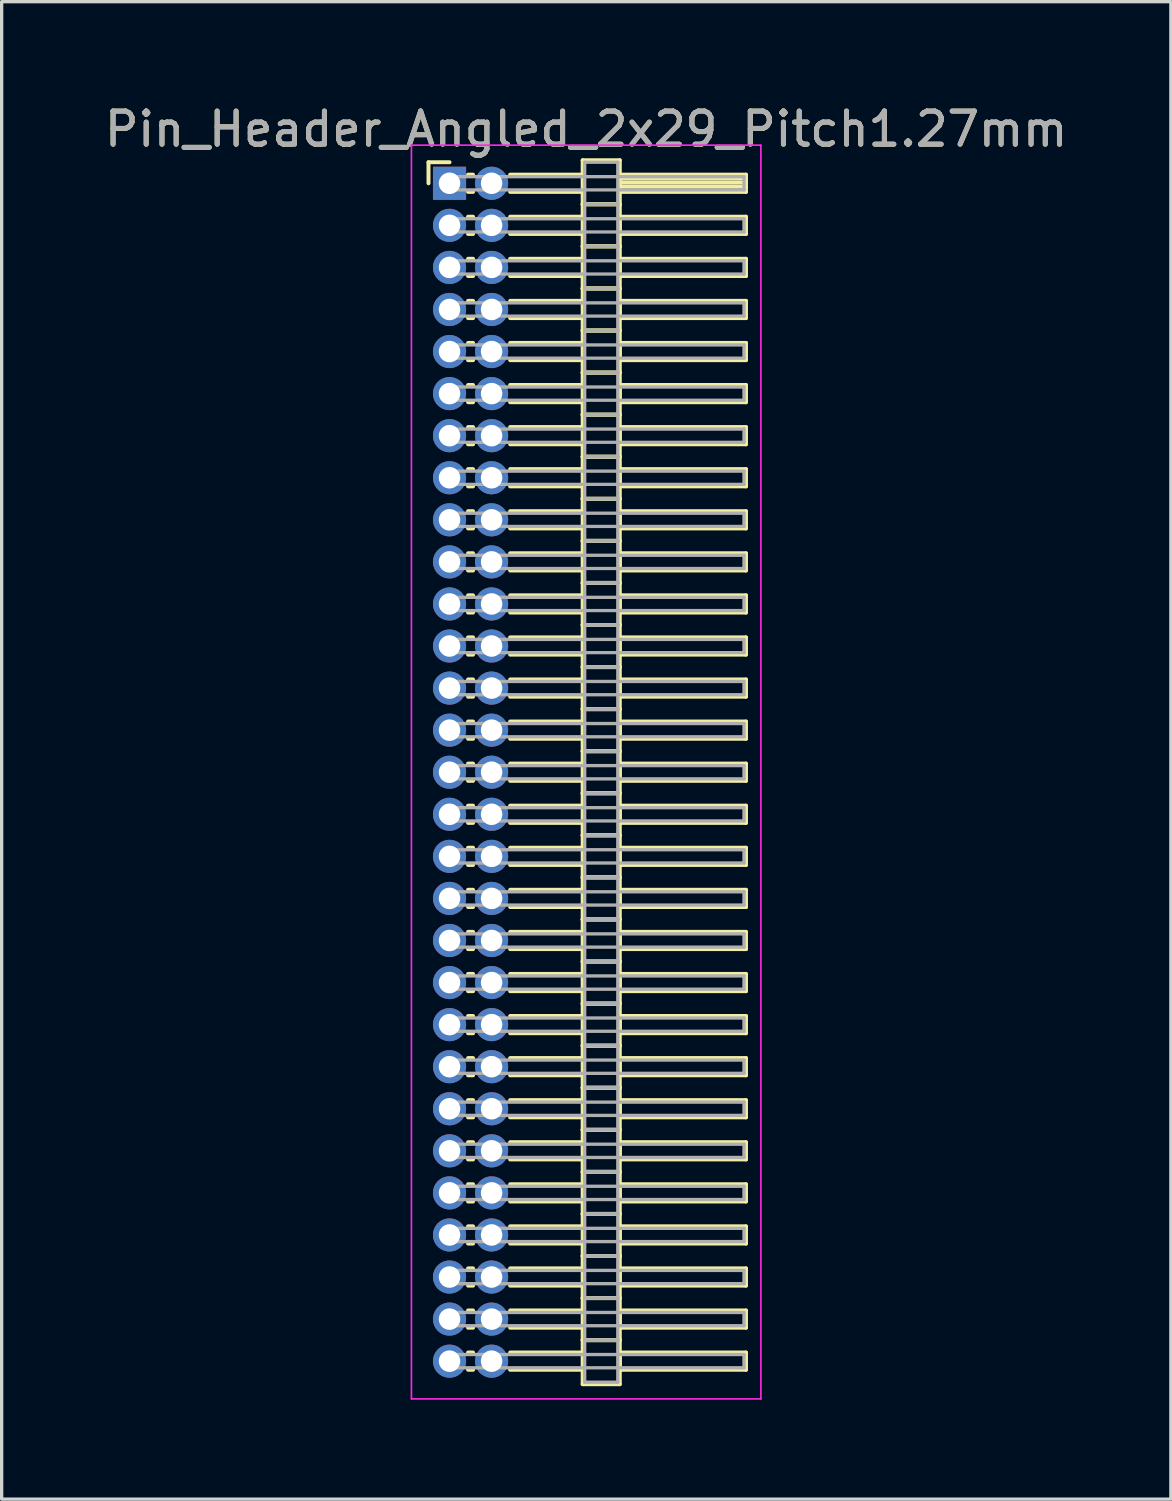
<source format=kicad_pcb>
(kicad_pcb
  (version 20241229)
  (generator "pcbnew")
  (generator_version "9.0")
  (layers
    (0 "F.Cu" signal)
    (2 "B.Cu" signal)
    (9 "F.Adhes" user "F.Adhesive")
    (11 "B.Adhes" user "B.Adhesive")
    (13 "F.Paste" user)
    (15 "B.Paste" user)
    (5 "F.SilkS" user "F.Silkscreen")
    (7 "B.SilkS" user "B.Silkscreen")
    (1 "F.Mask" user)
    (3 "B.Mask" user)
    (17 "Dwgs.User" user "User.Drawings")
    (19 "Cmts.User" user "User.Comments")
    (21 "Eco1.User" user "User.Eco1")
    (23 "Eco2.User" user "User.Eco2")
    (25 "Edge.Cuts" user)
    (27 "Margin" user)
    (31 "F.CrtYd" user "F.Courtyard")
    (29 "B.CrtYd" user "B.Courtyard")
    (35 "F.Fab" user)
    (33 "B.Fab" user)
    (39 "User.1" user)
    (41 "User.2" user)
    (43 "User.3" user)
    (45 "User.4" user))
  (footprint "Pin_Header_Angled_2x29_Pitch1.27mm"
    (layer "F.Cu")
    (at 10.521 2.483)
    (property "Reference" "Pin_Header_Angled_2x29_Pitch1.27mm" (at 4.128 -1.635 0) (layer "F.SilkS") (effects (font (size 1 1) (thickness 0.15))))
    (attr through_hole)
    (fp_line (start -0.635 -0.635) (end 0 -0.635) (stroke (width 0.12) (type solid)) (layer "F.SilkS"))
    (fp_line (start -0.635 0) (end -0.635 -0.635) (stroke (width 0.12) (type solid)) (layer "F.SilkS"))
    (fp_line (start 0.56 -0.26) (end 0.71 -0.26) (stroke (width 0.12) (type solid)) (layer "F.SilkS"))
    (fp_line (start 0.56 0.26) (end 0.71 0.26) (stroke (width 0.12) (type solid)) (layer "F.SilkS"))
    (fp_line (start 0.56 1.01) (end 0.71 1.01) (stroke (width 0.12) (type solid)) (layer "F.SilkS"))
    (fp_line (start 0.56 1.53) (end 0.71 1.53) (stroke (width 0.12) (type solid)) (layer "F.SilkS"))
    (fp_line (start 0.56 2.28) (end 0.71 2.28) (stroke (width 0.12) (type solid)) (layer "F.SilkS"))
    (fp_line (start 0.56 2.8) (end 0.71 2.8) (stroke (width 0.12) (type solid)) (layer "F.SilkS"))
    (fp_line (start 0.56 3.55) (end 0.71 3.55) (stroke (width 0.12) (type solid)) (layer "F.SilkS"))
    (fp_line (start 0.56 4.07) (end 0.71 4.07) (stroke (width 0.12) (type solid)) (layer "F.SilkS"))
    (fp_line (start 0.56 4.82) (end 0.71 4.82) (stroke (width 0.12) (type solid)) (layer "F.SilkS"))
    (fp_line (start 0.56 5.34) (end 0.71 5.34) (stroke (width 0.12) (type solid)) (layer "F.SilkS"))
    (fp_line (start 0.56 6.09) (end 0.71 6.09) (stroke (width 0.12) (type solid)) (layer "F.SilkS"))
    (fp_line (start 0.56 6.61) (end 0.71 6.61) (stroke (width 0.12) (type solid)) (layer "F.SilkS"))
    (fp_line (start 0.56 7.36) (end 0.71 7.36) (stroke (width 0.12) (type solid)) (layer "F.SilkS"))
    (fp_line (start 0.56 7.88) (end 0.71 7.88) (stroke (width 0.12) (type solid)) (layer "F.SilkS"))
    (fp_line (start 0.56 8.63) (end 0.71 8.63) (stroke (width 0.12) (type solid)) (layer "F.SilkS"))
    (fp_line (start 0.56 9.15) (end 0.71 9.15) (stroke (width 0.12) (type solid)) (layer "F.SilkS"))
    (fp_line (start 0.56 9.9) (end 0.71 9.9) (stroke (width 0.12) (type solid)) (layer "F.SilkS"))
    (fp_line (start 0.56 10.42) (end 0.71 10.42) (stroke (width 0.12) (type solid)) (layer "F.SilkS"))
    (fp_line (start 0.56 11.17) (end 0.71 11.17) (stroke (width 0.12) (type solid)) (layer "F.SilkS"))
    (fp_line (start 0.56 11.69) (end 0.71 11.69) (stroke (width 0.12) (type solid)) (layer "F.SilkS"))
    (fp_line (start 0.56 12.44) (end 0.71 12.44) (stroke (width 0.12) (type solid)) (layer "F.SilkS"))
    (fp_line (start 0.56 12.96) (end 0.71 12.96) (stroke (width 0.12) (type solid)) (layer "F.SilkS"))
    (fp_line (start 0.56 13.71) (end 0.71 13.71) (stroke (width 0.12) (type solid)) (layer "F.SilkS"))
    (fp_line (start 0.56 14.23) (end 0.71 14.23) (stroke (width 0.12) (type solid)) (layer "F.SilkS"))
    (fp_line (start 0.56 14.98) (end 0.71 14.98) (stroke (width 0.12) (type solid)) (layer "F.SilkS"))
    (fp_line (start 0.56 15.5) (end 0.71 15.5) (stroke (width 0.12) (type solid)) (layer "F.SilkS"))
    (fp_line (start 0.56 16.25) (end 0.71 16.25) (stroke (width 0.12) (type solid)) (layer "F.SilkS"))
    (fp_line (start 0.56 16.77) (end 0.71 16.77) (stroke (width 0.12) (type solid)) (layer "F.SilkS"))
    (fp_line (start 0.56 17.52) (end 0.71 17.52) (stroke (width 0.12) (type solid)) (layer "F.SilkS"))
    (fp_line (start 0.56 18.04) (end 0.71 18.04) (stroke (width 0.12) (type solid)) (layer "F.SilkS"))
    (fp_line (start 0.56 18.79) (end 0.71 18.79) (stroke (width 0.12) (type solid)) (layer "F.SilkS"))
    (fp_line (start 0.56 19.31) (end 0.71 19.31) (stroke (width 0.12) (type solid)) (layer "F.SilkS"))
    (fp_line (start 0.56 20.06) (end 0.71 20.06) (stroke (width 0.12) (type solid)) (layer "F.SilkS"))
    (fp_line (start 0.56 20.58) (end 0.71 20.58) (stroke (width 0.12) (type solid)) (layer "F.SilkS"))
    (fp_line (start 0.56 21.33) (end 0.71 21.33) (stroke (width 0.12) (type solid)) (layer "F.SilkS"))
    (fp_line (start 0.56 21.85) (end 0.71 21.85) (stroke (width 0.12) (type solid)) (layer "F.SilkS"))
    (fp_line (start 0.56 22.6) (end 0.71 22.6) (stroke (width 0.12) (type solid)) (layer "F.SilkS"))
    (fp_line (start 0.56 23.12) (end 0.71 23.12) (stroke (width 0.12) (type solid)) (layer "F.SilkS"))
    (fp_line (start 0.56 23.87) (end 0.71 23.87) (stroke (width 0.12) (type solid)) (layer "F.SilkS"))
    (fp_line (start 0.56 24.39) (end 0.71 24.39) (stroke (width 0.12) (type solid)) (layer "F.SilkS"))
    (fp_line (start 0.56 25.14) (end 0.71 25.14) (stroke (width 0.12) (type solid)) (layer "F.SilkS"))
    (fp_line (start 0.56 25.66) (end 0.71 25.66) (stroke (width 0.12) (type solid)) (layer "F.SilkS"))
    (fp_line (start 0.56 26.41) (end 0.71 26.41) (stroke (width 0.12) (type solid)) (layer "F.SilkS"))
    (fp_line (start 0.56 26.93) (end 0.71 26.93) (stroke (width 0.12) (type solid)) (layer "F.SilkS"))
    (fp_line (start 0.56 27.68) (end 0.71 27.68) (stroke (width 0.12) (type solid)) (layer "F.SilkS"))
    (fp_line (start 0.56 28.2) (end 0.71 28.2) (stroke (width 0.12) (type solid)) (layer "F.SilkS"))
    (fp_line (start 0.56 28.95) (end 0.71 28.95) (stroke (width 0.12) (type solid)) (layer "F.SilkS"))
    (fp_line (start 0.56 29.47) (end 0.71 29.47) (stroke (width 0.12) (type solid)) (layer "F.SilkS"))
    (fp_line (start 0.56 30.22) (end 0.71 30.22) (stroke (width 0.12) (type solid)) (layer "F.SilkS"))
    (fp_line (start 0.56 30.74) (end 0.71 30.74) (stroke (width 0.12) (type solid)) (layer "F.SilkS"))
    (fp_line (start 0.56 31.49) (end 0.71 31.49) (stroke (width 0.12) (type solid)) (layer "F.SilkS"))
    (fp_line (start 0.56 32.01) (end 0.71 32.01) (stroke (width 0.12) (type solid)) (layer "F.SilkS"))
    (fp_line (start 0.56 32.76) (end 0.71 32.76) (stroke (width 0.12) (type solid)) (layer "F.SilkS"))
    (fp_line (start 0.56 33.28) (end 0.71 33.28) (stroke (width 0.12) (type solid)) (layer "F.SilkS"))
    (fp_line (start 0.56 34.03) (end 0.71 34.03) (stroke (width 0.12) (type solid)) (layer "F.SilkS"))
    (fp_line (start 0.56 34.55) (end 0.71 34.55) (stroke (width 0.12) (type solid)) (layer "F.SilkS"))
    (fp_line (start 0.56 35.3) (end 0.71 35.3) (stroke (width 0.12) (type solid)) (layer "F.SilkS"))
    (fp_line (start 0.56 35.82) (end 0.71 35.82) (stroke (width 0.12) (type solid)) (layer "F.SilkS"))
    (fp_line (start 1.83 -0.26) (end 4.02 -0.26) (stroke (width 0.12) (type solid)) (layer "F.SilkS"))
    (fp_line (start 1.83 0.26) (end 4.02 0.26) (stroke (width 0.12) (type solid)) (layer "F.SilkS"))
    (fp_line (start 1.83 1.01) (end 4.02 1.01) (stroke (width 0.12) (type solid)) (layer "F.SilkS"))
    (fp_line (start 1.83 1.53) (end 4.02 1.53) (stroke (width 0.12) (type solid)) (layer "F.SilkS"))
    (fp_line (start 1.83 2.28) (end 4.02 2.28) (stroke (width 0.12) (type solid)) (layer "F.SilkS"))
    (fp_line (start 1.83 2.8) (end 4.02 2.8) (stroke (width 0.12) (type solid)) (layer "F.SilkS"))
    (fp_line (start 1.83 3.55) (end 4.02 3.55) (stroke (width 0.12) (type solid)) (layer "F.SilkS"))
    (fp_line (start 1.83 4.07) (end 4.02 4.07) (stroke (width 0.12) (type solid)) (layer "F.SilkS"))
    (fp_line (start 1.83 4.82) (end 4.02 4.82) (stroke (width 0.12) (type solid)) (layer "F.SilkS"))
    (fp_line (start 1.83 5.34) (end 4.02 5.34) (stroke (width 0.12) (type solid)) (layer "F.SilkS"))
    (fp_line (start 1.83 6.09) (end 4.02 6.09) (stroke (width 0.12) (type solid)) (layer "F.SilkS"))
    (fp_line (start 1.83 6.61) (end 4.02 6.61) (stroke (width 0.12) (type solid)) (layer "F.SilkS"))
    (fp_line (start 1.83 7.36) (end 4.02 7.36) (stroke (width 0.12) (type solid)) (layer "F.SilkS"))
    (fp_line (start 1.83 7.88) (end 4.02 7.88) (stroke (width 0.12) (type solid)) (layer "F.SilkS"))
    (fp_line (start 1.83 8.63) (end 4.02 8.63) (stroke (width 0.12) (type solid)) (layer "F.SilkS"))
    (fp_line (start 1.83 9.15) (end 4.02 9.15) (stroke (width 0.12) (type solid)) (layer "F.SilkS"))
    (fp_line (start 1.83 9.9) (end 4.02 9.9) (stroke (width 0.12) (type solid)) (layer "F.SilkS"))
    (fp_line (start 1.83 10.42) (end 4.02 10.42) (stroke (width 0.12) (type solid)) (layer "F.SilkS"))
    (fp_line (start 1.83 11.17) (end 4.02 11.17) (stroke (width 0.12) (type solid)) (layer "F.SilkS"))
    (fp_line (start 1.83 11.69) (end 4.02 11.69) (stroke (width 0.12) (type solid)) (layer "F.SilkS"))
    (fp_line (start 1.83 12.44) (end 4.02 12.44) (stroke (width 0.12) (type solid)) (layer "F.SilkS"))
    (fp_line (start 1.83 12.96) (end 4.02 12.96) (stroke (width 0.12) (type solid)) (layer "F.SilkS"))
    (fp_line (start 1.83 13.71) (end 4.02 13.71) (stroke (width 0.12) (type solid)) (layer "F.SilkS"))
    (fp_line (start 1.83 14.23) (end 4.02 14.23) (stroke (width 0.12) (type solid)) (layer "F.SilkS"))
    (fp_line (start 1.83 14.98) (end 4.02 14.98) (stroke (width 0.12) (type solid)) (layer "F.SilkS"))
    (fp_line (start 1.83 15.5) (end 4.02 15.5) (stroke (width 0.12) (type solid)) (layer "F.SilkS"))
    (fp_line (start 1.83 16.25) (end 4.02 16.25) (stroke (width 0.12) (type solid)) (layer "F.SilkS"))
    (fp_line (start 1.83 16.77) (end 4.02 16.77) (stroke (width 0.12) (type solid)) (layer "F.SilkS"))
    (fp_line (start 1.83 17.52) (end 4.02 17.52) (stroke (width 0.12) (type solid)) (layer "F.SilkS"))
    (fp_line (start 1.83 18.04) (end 4.02 18.04) (stroke (width 0.12) (type solid)) (layer "F.SilkS"))
    (fp_line (start 1.83 18.79) (end 4.02 18.79) (stroke (width 0.12) (type solid)) (layer "F.SilkS"))
    (fp_line (start 1.83 19.31) (end 4.02 19.31) (stroke (width 0.12) (type solid)) (layer "F.SilkS"))
    (fp_line (start 1.83 20.06) (end 4.02 20.06) (stroke (width 0.12) (type solid)) (layer "F.SilkS"))
    (fp_line (start 1.83 20.58) (end 4.02 20.58) (stroke (width 0.12) (type solid)) (layer "F.SilkS"))
    (fp_line (start 1.83 21.33) (end 4.02 21.33) (stroke (width 0.12) (type solid)) (layer "F.SilkS"))
    (fp_line (start 1.83 21.85) (end 4.02 21.85) (stroke (width 0.12) (type solid)) (layer "F.SilkS"))
    (fp_line (start 1.83 22.6) (end 4.02 22.6) (stroke (width 0.12) (type solid)) (layer "F.SilkS"))
    (fp_line (start 1.83 23.12) (end 4.02 23.12) (stroke (width 0.12) (type solid)) (layer "F.SilkS"))
    (fp_line (start 1.83 23.87) (end 4.02 23.87) (stroke (width 0.12) (type solid)) (layer "F.SilkS"))
    (fp_line (start 1.83 24.39) (end 4.02 24.39) (stroke (width 0.12) (type solid)) (layer "F.SilkS"))
    (fp_line (start 1.83 25.14) (end 4.02 25.14) (stroke (width 0.12) (type solid)) (layer "F.SilkS"))
    (fp_line (start 1.83 25.66) (end 4.02 25.66) (stroke (width 0.12) (type solid)) (layer "F.SilkS"))
    (fp_line (start 1.83 26.41) (end 4.02 26.41) (stroke (width 0.12) (type solid)) (layer "F.SilkS"))
    (fp_line (start 1.83 26.93) (end 4.02 26.93) (stroke (width 0.12) (type solid)) (layer "F.SilkS"))
    (fp_line (start 1.83 27.68) (end 4.02 27.68) (stroke (width 0.12) (type solid)) (layer "F.SilkS"))
    (fp_line (start 1.83 28.2) (end 4.02 28.2) (stroke (width 0.12) (type solid)) (layer "F.SilkS"))
    (fp_line (start 1.83 28.95) (end 4.02 28.95) (stroke (width 0.12) (type solid)) (layer "F.SilkS"))
    (fp_line (start 1.83 29.47) (end 4.02 29.47) (stroke (width 0.12) (type solid)) (layer "F.SilkS"))
    (fp_line (start 1.83 30.22) (end 4.02 30.22) (stroke (width 0.12) (type solid)) (layer "F.SilkS"))
    (fp_line (start 1.83 30.74) (end 4.02 30.74) (stroke (width 0.12) (type solid)) (layer "F.SilkS"))
    (fp_line (start 1.83 31.49) (end 4.02 31.49) (stroke (width 0.12) (type solid)) (layer "F.SilkS"))
    (fp_line (start 1.83 32.01) (end 4.02 32.01) (stroke (width 0.12) (type solid)) (layer "F.SilkS"))
    (fp_line (start 1.83 32.76) (end 4.02 32.76) (stroke (width 0.12) (type solid)) (layer "F.SilkS"))
    (fp_line (start 1.83 33.28) (end 4.02 33.28) (stroke (width 0.12) (type solid)) (layer "F.SilkS"))
    (fp_line (start 1.83 34.03) (end 4.02 34.03) (stroke (width 0.12) (type solid)) (layer "F.SilkS"))
    (fp_line (start 1.83 34.55) (end 4.02 34.55) (stroke (width 0.12) (type solid)) (layer "F.SilkS"))
    (fp_line (start 1.83 35.3) (end 4.02 35.3) (stroke (width 0.12) (type solid)) (layer "F.SilkS"))
    (fp_line (start 1.83 35.82) (end 4.02 35.82) (stroke (width 0.12) (type solid)) (layer "F.SilkS"))
    (fp_line (start 4.02 -0.695) (end 4.02 0.635) (stroke (width 0.12) (type solid)) (layer "F.SilkS"))
    (fp_line (start 4.02 0.635) (end 4.02 1.905) (stroke (width 0.12) (type solid)) (layer "F.SilkS"))
    (fp_line (start 4.02 0.635) (end 5.14 0.635) (stroke (width 0.12) (type solid)) (layer "F.SilkS"))
    (fp_line (start 4.02 1.905) (end 4.02 3.175) (stroke (width 0.12) (type solid)) (layer "F.SilkS"))
    (fp_line (start 4.02 1.905) (end 5.14 1.905) (stroke (width 0.12) (type solid)) (layer "F.SilkS"))
    (fp_line (start 4.02 3.175) (end 4.02 4.445) (stroke (width 0.12) (type solid)) (layer "F.SilkS"))
    (fp_line (start 4.02 3.175) (end 5.14 3.175) (stroke (width 0.12) (type solid)) (layer "F.SilkS"))
    (fp_line (start 4.02 4.445) (end 4.02 5.715) (stroke (width 0.12) (type solid)) (layer "F.SilkS"))
    (fp_line (start 4.02 4.445) (end 5.14 4.445) (stroke (width 0.12) (type solid)) (layer "F.SilkS"))
    (fp_line (start 4.02 5.715) (end 4.02 6.985) (stroke (width 0.12) (type solid)) (layer "F.SilkS"))
    (fp_line (start 4.02 5.715) (end 5.14 5.715) (stroke (width 0.12) (type solid)) (layer "F.SilkS"))
    (fp_line (start 4.02 6.985) (end 4.02 8.255) (stroke (width 0.12) (type solid)) (layer "F.SilkS"))
    (fp_line (start 4.02 6.985) (end 5.14 6.985) (stroke (width 0.12) (type solid)) (layer "F.SilkS"))
    (fp_line (start 4.02 8.255) (end 4.02 9.525) (stroke (width 0.12) (type solid)) (layer "F.SilkS"))
    (fp_line (start 4.02 8.255) (end 5.14 8.255) (stroke (width 0.12) (type solid)) (layer "F.SilkS"))
    (fp_line (start 4.02 9.525) (end 4.02 10.795) (stroke (width 0.12) (type solid)) (layer "F.SilkS"))
    (fp_line (start 4.02 9.525) (end 5.14 9.525) (stroke (width 0.12) (type solid)) (layer "F.SilkS"))
    (fp_line (start 4.02 10.795) (end 4.02 12.065) (stroke (width 0.12) (type solid)) (layer "F.SilkS"))
    (fp_line (start 4.02 10.795) (end 5.14 10.795) (stroke (width 0.12) (type solid)) (layer "F.SilkS"))
    (fp_line (start 4.02 12.065) (end 4.02 13.335) (stroke (width 0.12) (type solid)) (layer "F.SilkS"))
    (fp_line (start 4.02 12.065) (end 5.14 12.065) (stroke (width 0.12) (type solid)) (layer "F.SilkS"))
    (fp_line (start 4.02 13.335) (end 4.02 14.605) (stroke (width 0.12) (type solid)) (layer "F.SilkS"))
    (fp_line (start 4.02 13.335) (end 5.14 13.335) (stroke (width 0.12) (type solid)) (layer "F.SilkS"))
    (fp_line (start 4.02 14.605) (end 4.02 15.875) (stroke (width 0.12) (type solid)) (layer "F.SilkS"))
    (fp_line (start 4.02 14.605) (end 5.14 14.605) (stroke (width 0.12) (type solid)) (layer "F.SilkS"))
    (fp_line (start 4.02 15.875) (end 4.02 17.145) (stroke (width 0.12) (type solid)) (layer "F.SilkS"))
    (fp_line (start 4.02 15.875) (end 5.14 15.875) (stroke (width 0.12) (type solid)) (layer "F.SilkS"))
    (fp_line (start 4.02 17.145) (end 4.02 18.415) (stroke (width 0.12) (type solid)) (layer "F.SilkS"))
    (fp_line (start 4.02 17.145) (end 5.14 17.145) (stroke (width 0.12) (type solid)) (layer "F.SilkS"))
    (fp_line (start 4.02 18.415) (end 4.02 19.685) (stroke (width 0.12) (type solid)) (layer "F.SilkS"))
    (fp_line (start 4.02 18.415) (end 5.14 18.415) (stroke (width 0.12) (type solid)) (layer "F.SilkS"))
    (fp_line (start 4.02 19.685) (end 4.02 20.955) (stroke (width 0.12) (type solid)) (layer "F.SilkS"))
    (fp_line (start 4.02 19.685) (end 5.14 19.685) (stroke (width 0.12) (type solid)) (layer "F.SilkS"))
    (fp_line (start 4.02 20.955) (end 4.02 22.225) (stroke (width 0.12) (type solid)) (layer "F.SilkS"))
    (fp_line (start 4.02 20.955) (end 5.14 20.955) (stroke (width 0.12) (type solid)) (layer "F.SilkS"))
    (fp_line (start 4.02 22.225) (end 4.02 23.495) (stroke (width 0.12) (type solid)) (layer "F.SilkS"))
    (fp_line (start 4.02 22.225) (end 5.14 22.225) (stroke (width 0.12) (type solid)) (layer "F.SilkS"))
    (fp_line (start 4.02 23.495) (end 4.02 24.765) (stroke (width 0.12) (type solid)) (layer "F.SilkS"))
    (fp_line (start 4.02 23.495) (end 5.14 23.495) (stroke (width 0.12) (type solid)) (layer "F.SilkS"))
    (fp_line (start 4.02 24.765) (end 4.02 26.035) (stroke (width 0.12) (type solid)) (layer "F.SilkS"))
    (fp_line (start 4.02 24.765) (end 5.14 24.765) (stroke (width 0.12) (type solid)) (layer "F.SilkS"))
    (fp_line (start 4.02 26.035) (end 4.02 27.305) (stroke (width 0.12) (type solid)) (layer "F.SilkS"))
    (fp_line (start 4.02 26.035) (end 5.14 26.035) (stroke (width 0.12) (type solid)) (layer "F.SilkS"))
    (fp_line (start 4.02 27.305) (end 4.02 28.575) (stroke (width 0.12) (type solid)) (layer "F.SilkS"))
    (fp_line (start 4.02 27.305) (end 5.14 27.305) (stroke (width 0.12) (type solid)) (layer "F.SilkS"))
    (fp_line (start 4.02 28.575) (end 4.02 29.845) (stroke (width 0.12) (type solid)) (layer "F.SilkS"))
    (fp_line (start 4.02 28.575) (end 5.14 28.575) (stroke (width 0.12) (type solid)) (layer "F.SilkS"))
    (fp_line (start 4.02 29.845) (end 4.02 31.115) (stroke (width 0.12) (type solid)) (layer "F.SilkS"))
    (fp_line (start 4.02 29.845) (end 5.14 29.845) (stroke (width 0.12) (type solid)) (layer "F.SilkS"))
    (fp_line (start 4.02 31.115) (end 4.02 32.385) (stroke (width 0.12) (type solid)) (layer "F.SilkS"))
    (fp_line (start 4.02 31.115) (end 5.14 31.115) (stroke (width 0.12) (type solid)) (layer "F.SilkS"))
    (fp_line (start 4.02 32.385) (end 4.02 33.655) (stroke (width 0.12) (type solid)) (layer "F.SilkS"))
    (fp_line (start 4.02 32.385) (end 5.14 32.385) (stroke (width 0.12) (type solid)) (layer "F.SilkS"))
    (fp_line (start 4.02 33.655) (end 4.02 34.925) (stroke (width 0.12) (type solid)) (layer "F.SilkS"))
    (fp_line (start 4.02 33.655) (end 5.14 33.655) (stroke (width 0.12) (type solid)) (layer "F.SilkS"))
    (fp_line (start 4.02 34.925) (end 4.02 36.255) (stroke (width 0.12) (type solid)) (layer "F.SilkS"))
    (fp_line (start 4.02 34.925) (end 5.14 34.925) (stroke (width 0.12) (type solid)) (layer "F.SilkS"))
    (fp_line (start 4.02 36.255) (end 5.14 36.255) (stroke (width 0.12) (type solid)) (layer "F.SilkS"))
    (fp_line (start 5.14 -0.695) (end 4.02 -0.695) (stroke (width 0.12) (type solid)) (layer "F.SilkS"))
    (fp_line (start 5.14 -0.26) (end 5.14 0.26) (stroke (width 0.12) (type solid)) (layer "F.SilkS"))
    (fp_line (start 5.14 -0.14) (end 8.95 -0.14) (stroke (width 0.12) (type solid)) (layer "F.SilkS"))
    (fp_line (start 5.14 -0.02) (end 8.95 -0.02) (stroke (width 0.12) (type solid)) (layer "F.SilkS"))
    (fp_line (start 5.14 0.1) (end 8.95 0.1) (stroke (width 0.12) (type solid)) (layer "F.SilkS"))
    (fp_line (start 5.14 0.22) (end 8.95 0.22) (stroke (width 0.12) (type solid)) (layer "F.SilkS"))
    (fp_line (start 5.14 0.26) (end 8.95 0.26) (stroke (width 0.12) (type solid)) (layer "F.SilkS"))
    (fp_line (start 5.14 0.635) (end 4.02 0.635) (stroke (width 0.12) (type solid)) (layer "F.SilkS"))
    (fp_line (start 5.14 0.635) (end 5.14 -0.695) (stroke (width 0.12) (type solid)) (layer "F.SilkS"))
    (fp_line (start 5.14 1.01) (end 5.14 1.53) (stroke (width 0.12) (type solid)) (layer "F.SilkS"))
    (fp_line (start 5.14 1.53) (end 8.95 1.53) (stroke (width 0.12) (type solid)) (layer "F.SilkS"))
    (fp_line (start 5.14 1.905) (end 4.02 1.905) (stroke (width 0.12) (type solid)) (layer "F.SilkS"))
    (fp_line (start 5.14 1.905) (end 5.14 0.635) (stroke (width 0.12) (type solid)) (layer "F.SilkS"))
    (fp_line (start 5.14 2.28) (end 5.14 2.8) (stroke (width 0.12) (type solid)) (layer "F.SilkS"))
    (fp_line (start 5.14 2.8) (end 8.95 2.8) (stroke (width 0.12) (type solid)) (layer "F.SilkS"))
    (fp_line (start 5.14 3.175) (end 4.02 3.175) (stroke (width 0.12) (type solid)) (layer "F.SilkS"))
    (fp_line (start 5.14 3.175) (end 5.14 1.905) (stroke (width 0.12) (type solid)) (layer "F.SilkS"))
    (fp_line (start 5.14 3.55) (end 5.14 4.07) (stroke (width 0.12) (type solid)) (layer "F.SilkS"))
    (fp_line (start 5.14 4.07) (end 8.95 4.07) (stroke (width 0.12) (type solid)) (layer "F.SilkS"))
    (fp_line (start 5.14 4.445) (end 4.02 4.445) (stroke (width 0.12) (type solid)) (layer "F.SilkS"))
    (fp_line (start 5.14 4.445) (end 5.14 3.175) (stroke (width 0.12) (type solid)) (layer "F.SilkS"))
    (fp_line (start 5.14 4.82) (end 5.14 5.34) (stroke (width 0.12) (type solid)) (layer "F.SilkS"))
    (fp_line (start 5.14 5.34) (end 8.95 5.34) (stroke (width 0.12) (type solid)) (layer "F.SilkS"))
    (fp_line (start 5.14 5.715) (end 4.02 5.715) (stroke (width 0.12) (type solid)) (layer "F.SilkS"))
    (fp_line (start 5.14 5.715) (end 5.14 4.445) (stroke (width 0.12) (type solid)) (layer "F.SilkS"))
    (fp_line (start 5.14 6.09) (end 5.14 6.61) (stroke (width 0.12) (type solid)) (layer "F.SilkS"))
    (fp_line (start 5.14 6.61) (end 8.95 6.61) (stroke (width 0.12) (type solid)) (layer "F.SilkS"))
    (fp_line (start 5.14 6.985) (end 4.02 6.985) (stroke (width 0.12) (type solid)) (layer "F.SilkS"))
    (fp_line (start 5.14 6.985) (end 5.14 5.715) (stroke (width 0.12) (type solid)) (layer "F.SilkS"))
    (fp_line (start 5.14 7.36) (end 5.14 7.88) (stroke (width 0.12) (type solid)) (layer "F.SilkS"))
    (fp_line (start 5.14 7.88) (end 8.95 7.88) (stroke (width 0.12) (type solid)) (layer "F.SilkS"))
    (fp_line (start 5.14 8.255) (end 4.02 8.255) (stroke (width 0.12) (type solid)) (layer "F.SilkS"))
    (fp_line (start 5.14 8.255) (end 5.14 6.985) (stroke (width 0.12) (type solid)) (layer "F.SilkS"))
    (fp_line (start 5.14 8.63) (end 5.14 9.15) (stroke (width 0.12) (type solid)) (layer "F.SilkS"))
    (fp_line (start 5.14 9.15) (end 8.95 9.15) (stroke (width 0.12) (type solid)) (layer "F.SilkS"))
    (fp_line (start 5.14 9.525) (end 4.02 9.525) (stroke (width 0.12) (type solid)) (layer "F.SilkS"))
    (fp_line (start 5.14 9.525) (end 5.14 8.255) (stroke (width 0.12) (type solid)) (layer "F.SilkS"))
    (fp_line (start 5.14 9.9) (end 5.14 10.42) (stroke (width 0.12) (type solid)) (layer "F.SilkS"))
    (fp_line (start 5.14 10.42) (end 8.95 10.42) (stroke (width 0.12) (type solid)) (layer "F.SilkS"))
    (fp_line (start 5.14 10.795) (end 4.02 10.795) (stroke (width 0.12) (type solid)) (layer "F.SilkS"))
    (fp_line (start 5.14 10.795) (end 5.14 9.525) (stroke (width 0.12) (type solid)) (layer "F.SilkS"))
    (fp_line (start 5.14 11.17) (end 5.14 11.69) (stroke (width 0.12) (type solid)) (layer "F.SilkS"))
    (fp_line (start 5.14 11.69) (end 8.95 11.69) (stroke (width 0.12) (type solid)) (layer "F.SilkS"))
    (fp_line (start 5.14 12.065) (end 4.02 12.065) (stroke (width 0.12) (type solid)) (layer "F.SilkS"))
    (fp_line (start 5.14 12.065) (end 5.14 10.795) (stroke (width 0.12) (type solid)) (layer "F.SilkS"))
    (fp_line (start 5.14 12.44) (end 5.14 12.96) (stroke (width 0.12) (type solid)) (layer "F.SilkS"))
    (fp_line (start 5.14 12.96) (end 8.95 12.96) (stroke (width 0.12) (type solid)) (layer "F.SilkS"))
    (fp_line (start 5.14 13.335) (end 4.02 13.335) (stroke (width 0.12) (type solid)) (layer "F.SilkS"))
    (fp_line (start 5.14 13.335) (end 5.14 12.065) (stroke (width 0.12) (type solid)) (layer "F.SilkS"))
    (fp_line (start 5.14 13.71) (end 5.14 14.23) (stroke (width 0.12) (type solid)) (layer "F.SilkS"))
    (fp_line (start 5.14 14.23) (end 8.95 14.23) (stroke (width 0.12) (type solid)) (layer "F.SilkS"))
    (fp_line (start 5.14 14.605) (end 4.02 14.605) (stroke (width 0.12) (type solid)) (layer "F.SilkS"))
    (fp_line (start 5.14 14.605) (end 5.14 13.335) (stroke (width 0.12) (type solid)) (layer "F.SilkS"))
    (fp_line (start 5.14 14.98) (end 5.14 15.5) (stroke (width 0.12) (type solid)) (layer "F.SilkS"))
    (fp_line (start 5.14 15.5) (end 8.95 15.5) (stroke (width 0.12) (type solid)) (layer "F.SilkS"))
    (fp_line (start 5.14 15.875) (end 4.02 15.875) (stroke (width 0.12) (type solid)) (layer "F.SilkS"))
    (fp_line (start 5.14 15.875) (end 5.14 14.605) (stroke (width 0.12) (type solid)) (layer "F.SilkS"))
    (fp_line (start 5.14 16.25) (end 5.14 16.77) (stroke (width 0.12) (type solid)) (layer "F.SilkS"))
    (fp_line (start 5.14 16.77) (end 8.95 16.77) (stroke (width 0.12) (type solid)) (layer "F.SilkS"))
    (fp_line (start 5.14 17.145) (end 4.02 17.145) (stroke (width 0.12) (type solid)) (layer "F.SilkS"))
    (fp_line (start 5.14 17.145) (end 5.14 15.875) (stroke (width 0.12) (type solid)) (layer "F.SilkS"))
    (fp_line (start 5.14 17.52) (end 5.14 18.04) (stroke (width 0.12) (type solid)) (layer "F.SilkS"))
    (fp_line (start 5.14 18.04) (end 8.95 18.04) (stroke (width 0.12) (type solid)) (layer "F.SilkS"))
    (fp_line (start 5.14 18.415) (end 4.02 18.415) (stroke (width 0.12) (type solid)) (layer "F.SilkS"))
    (fp_line (start 5.14 18.415) (end 5.14 17.145) (stroke (width 0.12) (type solid)) (layer "F.SilkS"))
    (fp_line (start 5.14 18.79) (end 5.14 19.31) (stroke (width 0.12) (type solid)) (layer "F.SilkS"))
    (fp_line (start 5.14 19.31) (end 8.95 19.31) (stroke (width 0.12) (type solid)) (layer "F.SilkS"))
    (fp_line (start 5.14 19.685) (end 4.02 19.685) (stroke (width 0.12) (type solid)) (layer "F.SilkS"))
    (fp_line (start 5.14 19.685) (end 5.14 18.415) (stroke (width 0.12) (type solid)) (layer "F.SilkS"))
    (fp_line (start 5.14 20.06) (end 5.14 20.58) (stroke (width 0.12) (type solid)) (layer "F.SilkS"))
    (fp_line (start 5.14 20.58) (end 8.95 20.58) (stroke (width 0.12) (type solid)) (layer "F.SilkS"))
    (fp_line (start 5.14 20.955) (end 4.02 20.955) (stroke (width 0.12) (type solid)) (layer "F.SilkS"))
    (fp_line (start 5.14 20.955) (end 5.14 19.685) (stroke (width 0.12) (type solid)) (layer "F.SilkS"))
    (fp_line (start 5.14 21.33) (end 5.14 21.85) (stroke (width 0.12) (type solid)) (layer "F.SilkS"))
    (fp_line (start 5.14 21.85) (end 8.95 21.85) (stroke (width 0.12) (type solid)) (layer "F.SilkS"))
    (fp_line (start 5.14 22.225) (end 4.02 22.225) (stroke (width 0.12) (type solid)) (layer "F.SilkS"))
    (fp_line (start 5.14 22.225) (end 5.14 20.955) (stroke (width 0.12) (type solid)) (layer "F.SilkS"))
    (fp_line (start 5.14 22.6) (end 5.14 23.12) (stroke (width 0.12) (type solid)) (layer "F.SilkS"))
    (fp_line (start 5.14 23.12) (end 8.95 23.12) (stroke (width 0.12) (type solid)) (layer "F.SilkS"))
    (fp_line (start 5.14 23.495) (end 4.02 23.495) (stroke (width 0.12) (type solid)) (layer "F.SilkS"))
    (fp_line (start 5.14 23.495) (end 5.14 22.225) (stroke (width 0.12) (type solid)) (layer "F.SilkS"))
    (fp_line (start 5.14 23.87) (end 5.14 24.39) (stroke (width 0.12) (type solid)) (layer "F.SilkS"))
    (fp_line (start 5.14 24.39) (end 8.95 24.39) (stroke (width 0.12) (type solid)) (layer "F.SilkS"))
    (fp_line (start 5.14 24.765) (end 4.02 24.765) (stroke (width 0.12) (type solid)) (layer "F.SilkS"))
    (fp_line (start 5.14 24.765) (end 5.14 23.495) (stroke (width 0.12) (type solid)) (layer "F.SilkS"))
    (fp_line (start 5.14 25.14) (end 5.14 25.66) (stroke (width 0.12) (type solid)) (layer "F.SilkS"))
    (fp_line (start 5.14 25.66) (end 8.95 25.66) (stroke (width 0.12) (type solid)) (layer "F.SilkS"))
    (fp_line (start 5.14 26.035) (end 4.02 26.035) (stroke (width 0.12) (type solid)) (layer "F.SilkS"))
    (fp_line (start 5.14 26.035) (end 5.14 24.765) (stroke (width 0.12) (type solid)) (layer "F.SilkS"))
    (fp_line (start 5.14 26.41) (end 5.14 26.93) (stroke (width 0.12) (type solid)) (layer "F.SilkS"))
    (fp_line (start 5.14 26.93) (end 8.95 26.93) (stroke (width 0.12) (type solid)) (layer "F.SilkS"))
    (fp_line (start 5.14 27.305) (end 4.02 27.305) (stroke (width 0.12) (type solid)) (layer "F.SilkS"))
    (fp_line (start 5.14 27.305) (end 5.14 26.035) (stroke (width 0.12) (type solid)) (layer "F.SilkS"))
    (fp_line (start 5.14 27.68) (end 5.14 28.2) (stroke (width 0.12) (type solid)) (layer "F.SilkS"))
    (fp_line (start 5.14 28.2) (end 8.95 28.2) (stroke (width 0.12) (type solid)) (layer "F.SilkS"))
    (fp_line (start 5.14 28.575) (end 4.02 28.575) (stroke (width 0.12) (type solid)) (layer "F.SilkS"))
    (fp_line (start 5.14 28.575) (end 5.14 27.305) (stroke (width 0.12) (type solid)) (layer "F.SilkS"))
    (fp_line (start 5.14 28.95) (end 5.14 29.47) (stroke (width 0.12) (type solid)) (layer "F.SilkS"))
    (fp_line (start 5.14 29.47) (end 8.95 29.47) (stroke (width 0.12) (type solid)) (layer "F.SilkS"))
    (fp_line (start 5.14 29.845) (end 4.02 29.845) (stroke (width 0.12) (type solid)) (layer "F.SilkS"))
    (fp_line (start 5.14 29.845) (end 5.14 28.575) (stroke (width 0.12) (type solid)) (layer "F.SilkS"))
    (fp_line (start 5.14 30.22) (end 5.14 30.74) (stroke (width 0.12) (type solid)) (layer "F.SilkS"))
    (fp_line (start 5.14 30.74) (end 8.95 30.74) (stroke (width 0.12) (type solid)) (layer "F.SilkS"))
    (fp_line (start 5.14 31.115) (end 4.02 31.115) (stroke (width 0.12) (type solid)) (layer "F.SilkS"))
    (fp_line (start 5.14 31.115) (end 5.14 29.845) (stroke (width 0.12) (type solid)) (layer "F.SilkS"))
    (fp_line (start 5.14 31.49) (end 5.14 32.01) (stroke (width 0.12) (type solid)) (layer "F.SilkS"))
    (fp_line (start 5.14 32.01) (end 8.95 32.01) (stroke (width 0.12) (type solid)) (layer "F.SilkS"))
    (fp_line (start 5.14 32.385) (end 4.02 32.385) (stroke (width 0.12) (type solid)) (layer "F.SilkS"))
    (fp_line (start 5.14 32.385) (end 5.14 31.115) (stroke (width 0.12) (type solid)) (layer "F.SilkS"))
    (fp_line (start 5.14 32.76) (end 5.14 33.28) (stroke (width 0.12) (type solid)) (layer "F.SilkS"))
    (fp_line (start 5.14 33.28) (end 8.95 33.28) (stroke (width 0.12) (type solid)) (layer "F.SilkS"))
    (fp_line (start 5.14 33.655) (end 4.02 33.655) (stroke (width 0.12) (type solid)) (layer "F.SilkS"))
    (fp_line (start 5.14 33.655) (end 5.14 32.385) (stroke (width 0.12) (type solid)) (layer "F.SilkS"))
    (fp_line (start 5.14 34.03) (end 5.14 34.55) (stroke (width 0.12) (type solid)) (layer "F.SilkS"))
    (fp_line (start 5.14 34.55) (end 8.95 34.55) (stroke (width 0.12) (type solid)) (layer "F.SilkS"))
    (fp_line (start 5.14 34.925) (end 4.02 34.925) (stroke (width 0.12) (type solid)) (layer "F.SilkS"))
    (fp_line (start 5.14 34.925) (end 5.14 33.655) (stroke (width 0.12) (type solid)) (layer "F.SilkS"))
    (fp_line (start 5.14 35.3) (end 5.14 35.82) (stroke (width 0.12) (type solid)) (layer "F.SilkS"))
    (fp_line (start 5.14 35.82) (end 8.95 35.82) (stroke (width 0.12) (type solid)) (layer "F.SilkS"))
    (fp_line (start 5.14 36.255) (end 5.14 34.925) (stroke (width 0.12) (type solid)) (layer "F.SilkS"))
    (fp_line (start 8.95 -0.26) (end 5.14 -0.26) (stroke (width 0.12) (type solid)) (layer "F.SilkS"))
    (fp_line (start 8.95 0.26) (end 8.95 -0.26) (stroke (width 0.12) (type solid)) (layer "F.SilkS"))
    (fp_line (start 8.95 1.01) (end 5.14 1.01) (stroke (width 0.12) (type solid)) (layer "F.SilkS"))
    (fp_line (start 8.95 1.53) (end 8.95 1.01) (stroke (width 0.12) (type solid)) (layer "F.SilkS"))
    (fp_line (start 8.95 2.28) (end 5.14 2.28) (stroke (width 0.12) (type solid)) (layer "F.SilkS"))
    (fp_line (start 8.95 2.8) (end 8.95 2.28) (stroke (width 0.12) (type solid)) (layer "F.SilkS"))
    (fp_line (start 8.95 3.55) (end 5.14 3.55) (stroke (width 0.12) (type solid)) (layer "F.SilkS"))
    (fp_line (start 8.95 4.07) (end 8.95 3.55) (stroke (width 0.12) (type solid)) (layer "F.SilkS"))
    (fp_line (start 8.95 4.82) (end 5.14 4.82) (stroke (width 0.12) (type solid)) (layer "F.SilkS"))
    (fp_line (start 8.95 5.34) (end 8.95 4.82) (stroke (width 0.12) (type solid)) (layer "F.SilkS"))
    (fp_line (start 8.95 6.09) (end 5.14 6.09) (stroke (width 0.12) (type solid)) (layer "F.SilkS"))
    (fp_line (start 8.95 6.61) (end 8.95 6.09) (stroke (width 0.12) (type solid)) (layer "F.SilkS"))
    (fp_line (start 8.95 7.36) (end 5.14 7.36) (stroke (width 0.12) (type solid)) (layer "F.SilkS"))
    (fp_line (start 8.95 7.88) (end 8.95 7.36) (stroke (width 0.12) (type solid)) (layer "F.SilkS"))
    (fp_line (start 8.95 8.63) (end 5.14 8.63) (stroke (width 0.12) (type solid)) (layer "F.SilkS"))
    (fp_line (start 8.95 9.15) (end 8.95 8.63) (stroke (width 0.12) (type solid)) (layer "F.SilkS"))
    (fp_line (start 8.95 9.9) (end 5.14 9.9) (stroke (width 0.12) (type solid)) (layer "F.SilkS"))
    (fp_line (start 8.95 10.42) (end 8.95 9.9) (stroke (width 0.12) (type solid)) (layer "F.SilkS"))
    (fp_line (start 8.95 11.17) (end 5.14 11.17) (stroke (width 0.12) (type solid)) (layer "F.SilkS"))
    (fp_line (start 8.95 11.69) (end 8.95 11.17) (stroke (width 0.12) (type solid)) (layer "F.SilkS"))
    (fp_line (start 8.95 12.44) (end 5.14 12.44) (stroke (width 0.12) (type solid)) (layer "F.SilkS"))
    (fp_line (start 8.95 12.96) (end 8.95 12.44) (stroke (width 0.12) (type solid)) (layer "F.SilkS"))
    (fp_line (start 8.95 13.71) (end 5.14 13.71) (stroke (width 0.12) (type solid)) (layer "F.SilkS"))
    (fp_line (start 8.95 14.23) (end 8.95 13.71) (stroke (width 0.12) (type solid)) (layer "F.SilkS"))
    (fp_line (start 8.95 14.98) (end 5.14 14.98) (stroke (width 0.12) (type solid)) (layer "F.SilkS"))
    (fp_line (start 8.95 15.5) (end 8.95 14.98) (stroke (width 0.12) (type solid)) (layer "F.SilkS"))
    (fp_line (start 8.95 16.25) (end 5.14 16.25) (stroke (width 0.12) (type solid)) (layer "F.SilkS"))
    (fp_line (start 8.95 16.77) (end 8.95 16.25) (stroke (width 0.12) (type solid)) (layer "F.SilkS"))
    (fp_line (start 8.95 17.52) (end 5.14 17.52) (stroke (width 0.12) (type solid)) (layer "F.SilkS"))
    (fp_line (start 8.95 18.04) (end 8.95 17.52) (stroke (width 0.12) (type solid)) (layer "F.SilkS"))
    (fp_line (start 8.95 18.79) (end 5.14 18.79) (stroke (width 0.12) (type solid)) (layer "F.SilkS"))
    (fp_line (start 8.95 19.31) (end 8.95 18.79) (stroke (width 0.12) (type solid)) (layer "F.SilkS"))
    (fp_line (start 8.95 20.06) (end 5.14 20.06) (stroke (width 0.12) (type solid)) (layer "F.SilkS"))
    (fp_line (start 8.95 20.58) (end 8.95 20.06) (stroke (width 0.12) (type solid)) (layer "F.SilkS"))
    (fp_line (start 8.95 21.33) (end 5.14 21.33) (stroke (width 0.12) (type solid)) (layer "F.SilkS"))
    (fp_line (start 8.95 21.85) (end 8.95 21.33) (stroke (width 0.12) (type solid)) (layer "F.SilkS"))
    (fp_line (start 8.95 22.6) (end 5.14 22.6) (stroke (width 0.12) (type solid)) (layer "F.SilkS"))
    (fp_line (start 8.95 23.12) (end 8.95 22.6) (stroke (width 0.12) (type solid)) (layer "F.SilkS"))
    (fp_line (start 8.95 23.87) (end 5.14 23.87) (stroke (width 0.12) (type solid)) (layer "F.SilkS"))
    (fp_line (start 8.95 24.39) (end 8.95 23.87) (stroke (width 0.12) (type solid)) (layer "F.SilkS"))
    (fp_line (start 8.95 25.14) (end 5.14 25.14) (stroke (width 0.12) (type solid)) (layer "F.SilkS"))
    (fp_line (start 8.95 25.66) (end 8.95 25.14) (stroke (width 0.12) (type solid)) (layer "F.SilkS"))
    (fp_line (start 8.95 26.41) (end 5.14 26.41) (stroke (width 0.12) (type solid)) (layer "F.SilkS"))
    (fp_line (start 8.95 26.93) (end 8.95 26.41) (stroke (width 0.12) (type solid)) (layer "F.SilkS"))
    (fp_line (start 8.95 27.68) (end 5.14 27.68) (stroke (width 0.12) (type solid)) (layer "F.SilkS"))
    (fp_line (start 8.95 28.2) (end 8.95 27.68) (stroke (width 0.12) (type solid)) (layer "F.SilkS"))
    (fp_line (start 8.95 28.95) (end 5.14 28.95) (stroke (width 0.12) (type solid)) (layer "F.SilkS"))
    (fp_line (start 8.95 29.47) (end 8.95 28.95) (stroke (width 0.12) (type solid)) (layer "F.SilkS"))
    (fp_line (start 8.95 30.22) (end 5.14 30.22) (stroke (width 0.12) (type solid)) (layer "F.SilkS"))
    (fp_line (start 8.95 30.74) (end 8.95 30.22) (stroke (width 0.12) (type solid)) (layer "F.SilkS"))
    (fp_line (start 8.95 31.49) (end 5.14 31.49) (stroke (width 0.12) (type solid)) (layer "F.SilkS"))
    (fp_line (start 8.95 32.01) (end 8.95 31.49) (stroke (width 0.12) (type solid)) (layer "F.SilkS"))
    (fp_line (start 8.95 32.76) (end 5.14 32.76) (stroke (width 0.12) (type solid)) (layer "F.SilkS"))
    (fp_line (start 8.95 33.28) (end 8.95 32.76) (stroke (width 0.12) (type solid)) (layer "F.SilkS"))
    (fp_line (start 8.95 34.03) (end 5.14 34.03) (stroke (width 0.12) (type solid)) (layer "F.SilkS"))
    (fp_line (start 8.95 34.55) (end 8.95 34.03) (stroke (width 0.12) (type solid)) (layer "F.SilkS"))
    (fp_line (start 8.95 35.3) (end 5.14 35.3) (stroke (width 0.12) (type solid)) (layer "F.SilkS"))
    (fp_line (start 8.95 35.82) (end 8.95 35.3) (stroke (width 0.12) (type solid)) (layer "F.SilkS"))
    (fp_line (start -1.15 -1.15) (end -1.15 36.7) (stroke (width 0.05) (type solid)) (layer "F.CrtYd"))
    (fp_line (start -1.15 36.7) (end 9.4 36.7) (stroke (width 0.05) (type solid)) (layer "F.CrtYd"))
    (fp_line (start 9.4 -1.15) (end -1.15 -1.15) (stroke (width 0.05) (type solid)) (layer "F.CrtYd"))
    (fp_line (start 9.4 36.7) (end 9.4 -1.15) (stroke (width 0.05) (type solid)) (layer "F.CrtYd"))
    (fp_line (start 0 -0.2) (end 0 0.2) (stroke (width 0.1) (type solid)) (layer "F.Fab"))
    (fp_line (start 0 0.2) (end 8.89 0.2) (stroke (width 0.1) (type solid)) (layer "F.Fab"))
    (fp_line (start 0 1.07) (end 0 1.47) (stroke (width 0.1) (type solid)) (layer "F.Fab"))
    (fp_line (start 0 1.47) (end 8.89 1.47) (stroke (width 0.1) (type solid)) (layer "F.Fab"))
    (fp_line (start 0 2.34) (end 0 2.74) (stroke (width 0.1) (type solid)) (layer "F.Fab"))
    (fp_line (start 0 2.74) (end 8.89 2.74) (stroke (width 0.1) (type solid)) (layer "F.Fab"))
    (fp_line (start 0 3.61) (end 0 4.01) (stroke (width 0.1) (type solid)) (layer "F.Fab"))
    (fp_line (start 0 4.01) (end 8.89 4.01) (stroke (width 0.1) (type solid)) (layer "F.Fab"))
    (fp_line (start 0 4.88) (end 0 5.28) (stroke (width 0.1) (type solid)) (layer "F.Fab"))
    (fp_line (start 0 5.28) (end 8.89 5.28) (stroke (width 0.1) (type solid)) (layer "F.Fab"))
    (fp_line (start 0 6.15) (end 0 6.55) (stroke (width 0.1) (type solid)) (layer "F.Fab"))
    (fp_line (start 0 6.55) (end 8.89 6.55) (stroke (width 0.1) (type solid)) (layer "F.Fab"))
    (fp_line (start 0 7.42) (end 0 7.82) (stroke (width 0.1) (type solid)) (layer "F.Fab"))
    (fp_line (start 0 7.82) (end 8.89 7.82) (stroke (width 0.1) (type solid)) (layer "F.Fab"))
    (fp_line (start 0 8.69) (end 0 9.09) (stroke (width 0.1) (type solid)) (layer "F.Fab"))
    (fp_line (start 0 9.09) (end 8.89 9.09) (stroke (width 0.1) (type solid)) (layer "F.Fab"))
    (fp_line (start 0 9.96) (end 0 10.36) (stroke (width 0.1) (type solid)) (layer "F.Fab"))
    (fp_line (start 0 10.36) (end 8.89 10.36) (stroke (width 0.1) (type solid)) (layer "F.Fab"))
    (fp_line (start 0 11.23) (end 0 11.63) (stroke (width 0.1) (type solid)) (layer "F.Fab"))
    (fp_line (start 0 11.63) (end 8.89 11.63) (stroke (width 0.1) (type solid)) (layer "F.Fab"))
    (fp_line (start 0 12.5) (end 0 12.9) (stroke (width 0.1) (type solid)) (layer "F.Fab"))
    (fp_line (start 0 12.9) (end 8.89 12.9) (stroke (width 0.1) (type solid)) (layer "F.Fab"))
    (fp_line (start 0 13.77) (end 0 14.17) (stroke (width 0.1) (type solid)) (layer "F.Fab"))
    (fp_line (start 0 14.17) (end 8.89 14.17) (stroke (width 0.1) (type solid)) (layer "F.Fab"))
    (fp_line (start 0 15.04) (end 0 15.44) (stroke (width 0.1) (type solid)) (layer "F.Fab"))
    (fp_line (start 0 15.44) (end 8.89 15.44) (stroke (width 0.1) (type solid)) (layer "F.Fab"))
    (fp_line (start 0 16.31) (end 0 16.71) (stroke (width 0.1) (type solid)) (layer "F.Fab"))
    (fp_line (start 0 16.71) (end 8.89 16.71) (stroke (width 0.1) (type solid)) (layer "F.Fab"))
    (fp_line (start 0 17.58) (end 0 17.98) (stroke (width 0.1) (type solid)) (layer "F.Fab"))
    (fp_line (start 0 17.98) (end 8.89 17.98) (stroke (width 0.1) (type solid)) (layer "F.Fab"))
    (fp_line (start 0 18.85) (end 0 19.25) (stroke (width 0.1) (type solid)) (layer "F.Fab"))
    (fp_line (start 0 19.25) (end 8.89 19.25) (stroke (width 0.1) (type solid)) (layer "F.Fab"))
    (fp_line (start 0 20.12) (end 0 20.52) (stroke (width 0.1) (type solid)) (layer "F.Fab"))
    (fp_line (start 0 20.52) (end 8.89 20.52) (stroke (width 0.1) (type solid)) (layer "F.Fab"))
    (fp_line (start 0 21.39) (end 0 21.79) (stroke (width 0.1) (type solid)) (layer "F.Fab"))
    (fp_line (start 0 21.79) (end 8.89 21.79) (stroke (width 0.1) (type solid)) (layer "F.Fab"))
    (fp_line (start 0 22.66) (end 0 23.06) (stroke (width 0.1) (type solid)) (layer "F.Fab"))
    (fp_line (start 0 23.06) (end 8.89 23.06) (stroke (width 0.1) (type solid)) (layer "F.Fab"))
    (fp_line (start 0 23.93) (end 0 24.33) (stroke (width 0.1) (type solid)) (layer "F.Fab"))
    (fp_line (start 0 24.33) (end 8.89 24.33) (stroke (width 0.1) (type solid)) (layer "F.Fab"))
    (fp_line (start 0 25.2) (end 0 25.6) (stroke (width 0.1) (type solid)) (layer "F.Fab"))
    (fp_line (start 0 25.6) (end 8.89 25.6) (stroke (width 0.1) (type solid)) (layer "F.Fab"))
    (fp_line (start 0 26.47) (end 0 26.87) (stroke (width 0.1) (type solid)) (layer "F.Fab"))
    (fp_line (start 0 26.87) (end 8.89 26.87) (stroke (width 0.1) (type solid)) (layer "F.Fab"))
    (fp_line (start 0 27.74) (end 0 28.14) (stroke (width 0.1) (type solid)) (layer "F.Fab"))
    (fp_line (start 0 28.14) (end 8.89 28.14) (stroke (width 0.1) (type solid)) (layer "F.Fab"))
    (fp_line (start 0 29.01) (end 0 29.41) (stroke (width 0.1) (type solid)) (layer "F.Fab"))
    (fp_line (start 0 29.41) (end 8.89 29.41) (stroke (width 0.1) (type solid)) (layer "F.Fab"))
    (fp_line (start 0 30.28) (end 0 30.68) (stroke (width 0.1) (type solid)) (layer "F.Fab"))
    (fp_line (start 0 30.68) (end 8.89 30.68) (stroke (width 0.1) (type solid)) (layer "F.Fab"))
    (fp_line (start 0 31.55) (end 0 31.95) (stroke (width 0.1) (type solid)) (layer "F.Fab"))
    (fp_line (start 0 31.95) (end 8.89 31.95) (stroke (width 0.1) (type solid)) (layer "F.Fab"))
    (fp_line (start 0 32.82) (end 0 33.22) (stroke (width 0.1) (type solid)) (layer "F.Fab"))
    (fp_line (start 0 33.22) (end 8.89 33.22) (stroke (width 0.1) (type solid)) (layer "F.Fab"))
    (fp_line (start 0 34.09) (end 0 34.49) (stroke (width 0.1) (type solid)) (layer "F.Fab"))
    (fp_line (start 0 34.49) (end 8.89 34.49) (stroke (width 0.1) (type solid)) (layer "F.Fab"))
    (fp_line (start 0 35.36) (end 0 35.76) (stroke (width 0.1) (type solid)) (layer "F.Fab"))
    (fp_line (start 0 35.76) (end 8.89 35.76) (stroke (width 0.1) (type solid)) (layer "F.Fab"))
    (fp_line (start 4.08 -0.635) (end 4.08 0.635) (stroke (width 0.1) (type solid)) (layer "F.Fab"))
    (fp_line (start 4.08 0.635) (end 4.08 1.905) (stroke (width 0.1) (type solid)) (layer "F.Fab"))
    (fp_line (start 4.08 0.635) (end 5.08 0.635) (stroke (width 0.1) (type solid)) (layer "F.Fab"))
    (fp_line (start 4.08 1.905) (end 4.08 3.175) (stroke (width 0.1) (type solid)) (layer "F.Fab"))
    (fp_line (start 4.08 1.905) (end 5.08 1.905) (stroke (width 0.1) (type solid)) (layer "F.Fab"))
    (fp_line (start 4.08 3.175) (end 4.08 4.445) (stroke (width 0.1) (type solid)) (layer "F.Fab"))
    (fp_line (start 4.08 3.175) (end 5.08 3.175) (stroke (width 0.1) (type solid)) (layer "F.Fab"))
    (fp_line (start 4.08 4.445) (end 4.08 5.715) (stroke (width 0.1) (type solid)) (layer "F.Fab"))
    (fp_line (start 4.08 4.445) (end 5.08 4.445) (stroke (width 0.1) (type solid)) (layer "F.Fab"))
    (fp_line (start 4.08 5.715) (end 4.08 6.985) (stroke (width 0.1) (type solid)) (layer "F.Fab"))
    (fp_line (start 4.08 5.715) (end 5.08 5.715) (stroke (width 0.1) (type solid)) (layer "F.Fab"))
    (fp_line (start 4.08 6.985) (end 4.08 8.255) (stroke (width 0.1) (type solid)) (layer "F.Fab"))
    (fp_line (start 4.08 6.985) (end 5.08 6.985) (stroke (width 0.1) (type solid)) (layer "F.Fab"))
    (fp_line (start 4.08 8.255) (end 4.08 9.525) (stroke (width 0.1) (type solid)) (layer "F.Fab"))
    (fp_line (start 4.08 8.255) (end 5.08 8.255) (stroke (width 0.1) (type solid)) (layer "F.Fab"))
    (fp_line (start 4.08 9.525) (end 4.08 10.795) (stroke (width 0.1) (type solid)) (layer "F.Fab"))
    (fp_line (start 4.08 9.525) (end 5.08 9.525) (stroke (width 0.1) (type solid)) (layer "F.Fab"))
    (fp_line (start 4.08 10.795) (end 4.08 12.065) (stroke (width 0.1) (type solid)) (layer "F.Fab"))
    (fp_line (start 4.08 10.795) (end 5.08 10.795) (stroke (width 0.1) (type solid)) (layer "F.Fab"))
    (fp_line (start 4.08 12.065) (end 4.08 13.335) (stroke (width 0.1) (type solid)) (layer "F.Fab"))
    (fp_line (start 4.08 12.065) (end 5.08 12.065) (stroke (width 0.1) (type solid)) (layer "F.Fab"))
    (fp_line (start 4.08 13.335) (end 4.08 14.605) (stroke (width 0.1) (type solid)) (layer "F.Fab"))
    (fp_line (start 4.08 13.335) (end 5.08 13.335) (stroke (width 0.1) (type solid)) (layer "F.Fab"))
    (fp_line (start 4.08 14.605) (end 4.08 15.875) (stroke (width 0.1) (type solid)) (layer "F.Fab"))
    (fp_line (start 4.08 14.605) (end 5.08 14.605) (stroke (width 0.1) (type solid)) (layer "F.Fab"))
    (fp_line (start 4.08 15.875) (end 4.08 17.145) (stroke (width 0.1) (type solid)) (layer "F.Fab"))
    (fp_line (start 4.08 15.875) (end 5.08 15.875) (stroke (width 0.1) (type solid)) (layer "F.Fab"))
    (fp_line (start 4.08 17.145) (end 4.08 18.415) (stroke (width 0.1) (type solid)) (layer "F.Fab"))
    (fp_line (start 4.08 17.145) (end 5.08 17.145) (stroke (width 0.1) (type solid)) (layer "F.Fab"))
    (fp_line (start 4.08 18.415) (end 4.08 19.685) (stroke (width 0.1) (type solid)) (layer "F.Fab"))
    (fp_line (start 4.08 18.415) (end 5.08 18.415) (stroke (width 0.1) (type solid)) (layer "F.Fab"))
    (fp_line (start 4.08 19.685) (end 4.08 20.955) (stroke (width 0.1) (type solid)) (layer "F.Fab"))
    (fp_line (start 4.08 19.685) (end 5.08 19.685) (stroke (width 0.1) (type solid)) (layer "F.Fab"))
    (fp_line (start 4.08 20.955) (end 4.08 22.225) (stroke (width 0.1) (type solid)) (layer "F.Fab"))
    (fp_line (start 4.08 20.955) (end 5.08 20.955) (stroke (width 0.1) (type solid)) (layer "F.Fab"))
    (fp_line (start 4.08 22.225) (end 4.08 23.495) (stroke (width 0.1) (type solid)) (layer "F.Fab"))
    (fp_line (start 4.08 22.225) (end 5.08 22.225) (stroke (width 0.1) (type solid)) (layer "F.Fab"))
    (fp_line (start 4.08 23.495) (end 4.08 24.765) (stroke (width 0.1) (type solid)) (layer "F.Fab"))
    (fp_line (start 4.08 23.495) (end 5.08 23.495) (stroke (width 0.1) (type solid)) (layer "F.Fab"))
    (fp_line (start 4.08 24.765) (end 4.08 26.035) (stroke (width 0.1) (type solid)) (layer "F.Fab"))
    (fp_line (start 4.08 24.765) (end 5.08 24.765) (stroke (width 0.1) (type solid)) (layer "F.Fab"))
    (fp_line (start 4.08 26.035) (end 4.08 27.305) (stroke (width 0.1) (type solid)) (layer "F.Fab"))
    (fp_line (start 4.08 26.035) (end 5.08 26.035) (stroke (width 0.1) (type solid)) (layer "F.Fab"))
    (fp_line (start 4.08 27.305) (end 4.08 28.575) (stroke (width 0.1) (type solid)) (layer "F.Fab"))
    (fp_line (start 4.08 27.305) (end 5.08 27.305) (stroke (width 0.1) (type solid)) (layer "F.Fab"))
    (fp_line (start 4.08 28.575) (end 4.08 29.845) (stroke (width 0.1) (type solid)) (layer "F.Fab"))
    (fp_line (start 4.08 28.575) (end 5.08 28.575) (stroke (width 0.1) (type solid)) (layer "F.Fab"))
    (fp_line (start 4.08 29.845) (end 4.08 31.115) (stroke (width 0.1) (type solid)) (layer "F.Fab"))
    (fp_line (start 4.08 29.845) (end 5.08 29.845) (stroke (width 0.1) (type solid)) (layer "F.Fab"))
    (fp_line (start 4.08 31.115) (end 4.08 32.385) (stroke (width 0.1) (type solid)) (layer "F.Fab"))
    (fp_line (start 4.08 31.115) (end 5.08 31.115) (stroke (width 0.1) (type solid)) (layer "F.Fab"))
    (fp_line (start 4.08 32.385) (end 4.08 33.655) (stroke (width 0.1) (type solid)) (layer "F.Fab"))
    (fp_line (start 4.08 32.385) (end 5.08 32.385) (stroke (width 0.1) (type solid)) (layer "F.Fab"))
    (fp_line (start 4.08 33.655) (end 4.08 34.925) (stroke (width 0.1) (type solid)) (layer "F.Fab"))
    (fp_line (start 4.08 33.655) (end 5.08 33.655) (stroke (width 0.1) (type solid)) (layer "F.Fab"))
    (fp_line (start 4.08 34.925) (end 4.08 36.195) (stroke (width 0.1) (type solid)) (layer "F.Fab"))
    (fp_line (start 4.08 34.925) (end 5.08 34.925) (stroke (width 0.1) (type solid)) (layer "F.Fab"))
    (fp_line (start 4.08 36.195) (end 5.08 36.195) (stroke (width 0.1) (type solid)) (layer "F.Fab"))
    (fp_line (start 5.08 -0.635) (end 4.08 -0.635) (stroke (width 0.1) (type solid)) (layer "F.Fab"))
    (fp_line (start 5.08 0.635) (end 4.08 0.635) (stroke (width 0.1) (type solid)) (layer "F.Fab"))
    (fp_line (start 5.08 0.635) (end 5.08 -0.635) (stroke (width 0.1) (type solid)) (layer "F.Fab"))
    (fp_line (start 5.08 1.905) (end 4.08 1.905) (stroke (width 0.1) (type solid)) (layer "F.Fab"))
    (fp_line (start 5.08 1.905) (end 5.08 0.635) (stroke (width 0.1) (type solid)) (layer "F.Fab"))
    (fp_line (start 5.08 3.175) (end 4.08 3.175) (stroke (width 0.1) (type solid)) (layer "F.Fab"))
    (fp_line (start 5.08 3.175) (end 5.08 1.905) (stroke (width 0.1) (type solid)) (layer "F.Fab"))
    (fp_line (start 5.08 4.445) (end 4.08 4.445) (stroke (width 0.1) (type solid)) (layer "F.Fab"))
    (fp_line (start 5.08 4.445) (end 5.08 3.175) (stroke (width 0.1) (type solid)) (layer "F.Fab"))
    (fp_line (start 5.08 5.715) (end 4.08 5.715) (stroke (width 0.1) (type solid)) (layer "F.Fab"))
    (fp_line (start 5.08 5.715) (end 5.08 4.445) (stroke (width 0.1) (type solid)) (layer "F.Fab"))
    (fp_line (start 5.08 6.985) (end 4.08 6.985) (stroke (width 0.1) (type solid)) (layer "F.Fab"))
    (fp_line (start 5.08 6.985) (end 5.08 5.715) (stroke (width 0.1) (type solid)) (layer "F.Fab"))
    (fp_line (start 5.08 8.255) (end 4.08 8.255) (stroke (width 0.1) (type solid)) (layer "F.Fab"))
    (fp_line (start 5.08 8.255) (end 5.08 6.985) (stroke (width 0.1) (type solid)) (layer "F.Fab"))
    (fp_line (start 5.08 9.525) (end 4.08 9.525) (stroke (width 0.1) (type solid)) (layer "F.Fab"))
    (fp_line (start 5.08 9.525) (end 5.08 8.255) (stroke (width 0.1) (type solid)) (layer "F.Fab"))
    (fp_line (start 5.08 10.795) (end 4.08 10.795) (stroke (width 0.1) (type solid)) (layer "F.Fab"))
    (fp_line (start 5.08 10.795) (end 5.08 9.525) (stroke (width 0.1) (type solid)) (layer "F.Fab"))
    (fp_line (start 5.08 12.065) (end 4.08 12.065) (stroke (width 0.1) (type solid)) (layer "F.Fab"))
    (fp_line (start 5.08 12.065) (end 5.08 10.795) (stroke (width 0.1) (type solid)) (layer "F.Fab"))
    (fp_line (start 5.08 13.335) (end 4.08 13.335) (stroke (width 0.1) (type solid)) (layer "F.Fab"))
    (fp_line (start 5.08 13.335) (end 5.08 12.065) (stroke (width 0.1) (type solid)) (layer "F.Fab"))
    (fp_line (start 5.08 14.605) (end 4.08 14.605) (stroke (width 0.1) (type solid)) (layer "F.Fab"))
    (fp_line (start 5.08 14.605) (end 5.08 13.335) (stroke (width 0.1) (type solid)) (layer "F.Fab"))
    (fp_line (start 5.08 15.875) (end 4.08 15.875) (stroke (width 0.1) (type solid)) (layer "F.Fab"))
    (fp_line (start 5.08 15.875) (end 5.08 14.605) (stroke (width 0.1) (type solid)) (layer "F.Fab"))
    (fp_line (start 5.08 17.145) (end 4.08 17.145) (stroke (width 0.1) (type solid)) (layer "F.Fab"))
    (fp_line (start 5.08 17.145) (end 5.08 15.875) (stroke (width 0.1) (type solid)) (layer "F.Fab"))
    (fp_line (start 5.08 18.415) (end 4.08 18.415) (stroke (width 0.1) (type solid)) (layer "F.Fab"))
    (fp_line (start 5.08 18.415) (end 5.08 17.145) (stroke (width 0.1) (type solid)) (layer "F.Fab"))
    (fp_line (start 5.08 19.685) (end 4.08 19.685) (stroke (width 0.1) (type solid)) (layer "F.Fab"))
    (fp_line (start 5.08 19.685) (end 5.08 18.415) (stroke (width 0.1) (type solid)) (layer "F.Fab"))
    (fp_line (start 5.08 20.955) (end 4.08 20.955) (stroke (width 0.1) (type solid)) (layer "F.Fab"))
    (fp_line (start 5.08 20.955) (end 5.08 19.685) (stroke (width 0.1) (type solid)) (layer "F.Fab"))
    (fp_line (start 5.08 22.225) (end 4.08 22.225) (stroke (width 0.1) (type solid)) (layer "F.Fab"))
    (fp_line (start 5.08 22.225) (end 5.08 20.955) (stroke (width 0.1) (type solid)) (layer "F.Fab"))
    (fp_line (start 5.08 23.495) (end 4.08 23.495) (stroke (width 0.1) (type solid)) (layer "F.Fab"))
    (fp_line (start 5.08 23.495) (end 5.08 22.225) (stroke (width 0.1) (type solid)) (layer "F.Fab"))
    (fp_line (start 5.08 24.765) (end 4.08 24.765) (stroke (width 0.1) (type solid)) (layer "F.Fab"))
    (fp_line (start 5.08 24.765) (end 5.08 23.495) (stroke (width 0.1) (type solid)) (layer "F.Fab"))
    (fp_line (start 5.08 26.035) (end 4.08 26.035) (stroke (width 0.1) (type solid)) (layer "F.Fab"))
    (fp_line (start 5.08 26.035) (end 5.08 24.765) (stroke (width 0.1) (type solid)) (layer "F.Fab"))
    (fp_line (start 5.08 27.305) (end 4.08 27.305) (stroke (width 0.1) (type solid)) (layer "F.Fab"))
    (fp_line (start 5.08 27.305) (end 5.08 26.035) (stroke (width 0.1) (type solid)) (layer "F.Fab"))
    (fp_line (start 5.08 28.575) (end 4.08 28.575) (stroke (width 0.1) (type solid)) (layer "F.Fab"))
    (fp_line (start 5.08 28.575) (end 5.08 27.305) (stroke (width 0.1) (type solid)) (layer "F.Fab"))
    (fp_line (start 5.08 29.845) (end 4.08 29.845) (stroke (width 0.1) (type solid)) (layer "F.Fab"))
    (fp_line (start 5.08 29.845) (end 5.08 28.575) (stroke (width 0.1) (type solid)) (layer "F.Fab"))
    (fp_line (start 5.08 31.115) (end 4.08 31.115) (stroke (width 0.1) (type solid)) (layer "F.Fab"))
    (fp_line (start 5.08 31.115) (end 5.08 29.845) (stroke (width 0.1) (type solid)) (layer "F.Fab"))
    (fp_line (start 5.08 32.385) (end 4.08 32.385) (stroke (width 0.1) (type solid)) (layer "F.Fab"))
    (fp_line (start 5.08 32.385) (end 5.08 31.115) (stroke (width 0.1) (type solid)) (layer "F.Fab"))
    (fp_line (start 5.08 33.655) (end 4.08 33.655) (stroke (width 0.1) (type solid)) (layer "F.Fab"))
    (fp_line (start 5.08 33.655) (end 5.08 32.385) (stroke (width 0.1) (type solid)) (layer "F.Fab"))
    (fp_line (start 5.08 34.925) (end 4.08 34.925) (stroke (width 0.1) (type solid)) (layer "F.Fab"))
    (fp_line (start 5.08 34.925) (end 5.08 33.655) (stroke (width 0.1) (type solid)) (layer "F.Fab"))
    (fp_line (start 5.08 36.195) (end 5.08 34.925) (stroke (width 0.1) (type solid)) (layer "F.Fab"))
    (fp_line (start 8.89 -0.2) (end 0 -0.2) (stroke (width 0.1) (type solid)) (layer "F.Fab"))
    (fp_line (start 8.89 0.2) (end 8.89 -0.2) (stroke (width 0.1) (type solid)) (layer "F.Fab"))
    (fp_line (start 8.89 1.07) (end 0 1.07) (stroke (width 0.1) (type solid)) (layer "F.Fab"))
    (fp_line (start 8.89 1.47) (end 8.89 1.07) (stroke (width 0.1) (type solid)) (layer "F.Fab"))
    (fp_line (start 8.89 2.34) (end 0 2.34) (stroke (width 0.1) (type solid)) (layer "F.Fab"))
    (fp_line (start 8.89 2.74) (end 8.89 2.34) (stroke (width 0.1) (type solid)) (layer "F.Fab"))
    (fp_line (start 8.89 3.61) (end 0 3.61) (stroke (width 0.1) (type solid)) (layer "F.Fab"))
    (fp_line (start 8.89 4.01) (end 8.89 3.61) (stroke (width 0.1) (type solid)) (layer "F.Fab"))
    (fp_line (start 8.89 4.88) (end 0 4.88) (stroke (width 0.1) (type solid)) (layer "F.Fab"))
    (fp_line (start 8.89 5.28) (end 8.89 4.88) (stroke (width 0.1) (type solid)) (layer "F.Fab"))
    (fp_line (start 8.89 6.15) (end 0 6.15) (stroke (width 0.1) (type solid)) (layer "F.Fab"))
    (fp_line (start 8.89 6.55) (end 8.89 6.15) (stroke (width 0.1) (type solid)) (layer "F.Fab"))
    (fp_line (start 8.89 7.42) (end 0 7.42) (stroke (width 0.1) (type solid)) (layer "F.Fab"))
    (fp_line (start 8.89 7.82) (end 8.89 7.42) (stroke (width 0.1) (type solid)) (layer "F.Fab"))
    (fp_line (start 8.89 8.69) (end 0 8.69) (stroke (width 0.1) (type solid)) (layer "F.Fab"))
    (fp_line (start 8.89 9.09) (end 8.89 8.69) (stroke (width 0.1) (type solid)) (layer "F.Fab"))
    (fp_line (start 8.89 9.96) (end 0 9.96) (stroke (width 0.1) (type solid)) (layer "F.Fab"))
    (fp_line (start 8.89 10.36) (end 8.89 9.96) (stroke (width 0.1) (type solid)) (layer "F.Fab"))
    (fp_line (start 8.89 11.23) (end 0 11.23) (stroke (width 0.1) (type solid)) (layer "F.Fab"))
    (fp_line (start 8.89 11.63) (end 8.89 11.23) (stroke (width 0.1) (type solid)) (layer "F.Fab"))
    (fp_line (start 8.89 12.5) (end 0 12.5) (stroke (width 0.1) (type solid)) (layer "F.Fab"))
    (fp_line (start 8.89 12.9) (end 8.89 12.5) (stroke (width 0.1) (type solid)) (layer "F.Fab"))
    (fp_line (start 8.89 13.77) (end 0 13.77) (stroke (width 0.1) (type solid)) (layer "F.Fab"))
    (fp_line (start 8.89 14.17) (end 8.89 13.77) (stroke (width 0.1) (type solid)) (layer "F.Fab"))
    (fp_line (start 8.89 15.04) (end 0 15.04) (stroke (width 0.1) (type solid)) (layer "F.Fab"))
    (fp_line (start 8.89 15.44) (end 8.89 15.04) (stroke (width 0.1) (type solid)) (layer "F.Fab"))
    (fp_line (start 8.89 16.31) (end 0 16.31) (stroke (width 0.1) (type solid)) (layer "F.Fab"))
    (fp_line (start 8.89 16.71) (end 8.89 16.31) (stroke (width 0.1) (type solid)) (layer "F.Fab"))
    (fp_line (start 8.89 17.58) (end 0 17.58) (stroke (width 0.1) (type solid)) (layer "F.Fab"))
    (fp_line (start 8.89 17.98) (end 8.89 17.58) (stroke (width 0.1) (type solid)) (layer "F.Fab"))
    (fp_line (start 8.89 18.85) (end 0 18.85) (stroke (width 0.1) (type solid)) (layer "F.Fab"))
    (fp_line (start 8.89 19.25) (end 8.89 18.85) (stroke (width 0.1) (type solid)) (layer "F.Fab"))
    (fp_line (start 8.89 20.12) (end 0 20.12) (stroke (width 0.1) (type solid)) (layer "F.Fab"))
    (fp_line (start 8.89 20.52) (end 8.89 20.12) (stroke (width 0.1) (type solid)) (layer "F.Fab"))
    (fp_line (start 8.89 21.39) (end 0 21.39) (stroke (width 0.1) (type solid)) (layer "F.Fab"))
    (fp_line (start 8.89 21.79) (end 8.89 21.39) (stroke (width 0.1) (type solid)) (layer "F.Fab"))
    (fp_line (start 8.89 22.66) (end 0 22.66) (stroke (width 0.1) (type solid)) (layer "F.Fab"))
    (fp_line (start 8.89 23.06) (end 8.89 22.66) (stroke (width 0.1) (type solid)) (layer "F.Fab"))
    (fp_line (start 8.89 23.93) (end 0 23.93) (stroke (width 0.1) (type solid)) (layer "F.Fab"))
    (fp_line (start 8.89 24.33) (end 8.89 23.93) (stroke (width 0.1) (type solid)) (layer "F.Fab"))
    (fp_line (start 8.89 25.2) (end 0 25.2) (stroke (width 0.1) (type solid)) (layer "F.Fab"))
    (fp_line (start 8.89 25.6) (end 8.89 25.2) (stroke (width 0.1) (type solid)) (layer "F.Fab"))
    (fp_line (start 8.89 26.47) (end 0 26.47) (stroke (width 0.1) (type solid)) (layer "F.Fab"))
    (fp_line (start 8.89 26.87) (end 8.89 26.47) (stroke (width 0.1) (type solid)) (layer "F.Fab"))
    (fp_line (start 8.89 27.74) (end 0 27.74) (stroke (width 0.1) (type solid)) (layer "F.Fab"))
    (fp_line (start 8.89 28.14) (end 8.89 27.74) (stroke (width 0.1) (type solid)) (layer "F.Fab"))
    (fp_line (start 8.89 29.01) (end 0 29.01) (stroke (width 0.1) (type solid)) (layer "F.Fab"))
    (fp_line (start 8.89 29.41) (end 8.89 29.01) (stroke (width 0.1) (type solid)) (layer "F.Fab"))
    (fp_line (start 8.89 30.28) (end 0 30.28) (stroke (width 0.1) (type solid)) (layer "F.Fab"))
    (fp_line (start 8.89 30.68) (end 8.89 30.28) (stroke (width 0.1) (type solid)) (layer "F.Fab"))
    (fp_line (start 8.89 31.55) (end 0 31.55) (stroke (width 0.1) (type solid)) (layer "F.Fab"))
    (fp_line (start 8.89 31.95) (end 8.89 31.55) (stroke (width 0.1) (type solid)) (layer "F.Fab"))
    (fp_line (start 8.89 32.82) (end 0 32.82) (stroke (width 0.1) (type solid)) (layer "F.Fab"))
    (fp_line (start 8.89 33.22) (end 8.89 32.82) (stroke (width 0.1) (type solid)) (layer "F.Fab"))
    (fp_line (start 8.89 34.09) (end 0 34.09) (stroke (width 0.1) (type solid)) (layer "F.Fab"))
    (fp_line (start 8.89 34.49) (end 8.89 34.09) (stroke (width 0.1) (type solid)) (layer "F.Fab"))
    (fp_line (start 8.89 35.36) (end 0 35.36) (stroke (width 0.1) (type solid)) (layer "F.Fab"))
    (fp_line (start 8.89 35.76) (end 8.89 35.36) (stroke (width 0.1) (type solid)) (layer "F.Fab"))
    (fp_text user "${REFERENCE}" (at 4.128 -1.635 0) (layer "F.Fab") (effects (font (size 1 1) (thickness 0.15))))
    (pad "1" thru_hole rect (at 0 0) (size 1 1) (drill 0.65) (layers "*.Cu" "*.Mask"))
    (pad "2" thru_hole oval (at 1.27 0) (size 1 1) (drill 0.65) (layers "*.Cu" "*.Mask"))
    (pad "3" thru_hole oval (at 0 1.27) (size 1 1) (drill 0.65) (layers "*.Cu" "*.Mask"))
    (pad "4" thru_hole oval (at 1.27 1.27) (size 1 1) (drill 0.65) (layers "*.Cu" "*.Mask"))
    (pad "5" thru_hole oval (at 0 2.54) (size 1 1) (drill 0.65) (layers "*.Cu" "*.Mask"))
    (pad "6" thru_hole oval (at 1.27 2.54) (size 1 1) (drill 0.65) (layers "*.Cu" "*.Mask"))
    (pad "7" thru_hole oval (at 0 3.81) (size 1 1) (drill 0.65) (layers "*.Cu" "*.Mask"))
    (pad "8" thru_hole oval (at 1.27 3.81) (size 1 1) (drill 0.65) (layers "*.Cu" "*.Mask"))
    (pad "9" thru_hole oval (at 0 5.08) (size 1 1) (drill 0.65) (layers "*.Cu" "*.Mask"))
    (pad "10" thru_hole oval (at 1.27 5.08) (size 1 1) (drill 0.65) (layers "*.Cu" "*.Mask"))
    (pad "11" thru_hole oval (at 0 6.35) (size 1 1) (drill 0.65) (layers "*.Cu" "*.Mask"))
    (pad "12" thru_hole oval (at 1.27 6.35) (size 1 1) (drill 0.65) (layers "*.Cu" "*.Mask"))
    (pad "13" thru_hole oval (at 0 7.62) (size 1 1) (drill 0.65) (layers "*.Cu" "*.Mask"))
    (pad "14" thru_hole oval (at 1.27 7.62) (size 1 1) (drill 0.65) (layers "*.Cu" "*.Mask"))
    (pad "15" thru_hole oval (at 0 8.89) (size 1 1) (drill 0.65) (layers "*.Cu" "*.Mask"))
    (pad "16" thru_hole oval (at 1.27 8.89) (size 1 1) (drill 0.65) (layers "*.Cu" "*.Mask"))
    (pad "17" thru_hole oval (at 0 10.16) (size 1 1) (drill 0.65) (layers "*.Cu" "*.Mask"))
    (pad "18" thru_hole oval (at 1.27 10.16) (size 1 1) (drill 0.65) (layers "*.Cu" "*.Mask"))
    (pad "19" thru_hole oval (at 0 11.43) (size 1 1) (drill 0.65) (layers "*.Cu" "*.Mask"))
    (pad "20" thru_hole oval (at 1.27 11.43) (size 1 1) (drill 0.65) (layers "*.Cu" "*.Mask"))
    (pad "21" thru_hole oval (at 0 12.7) (size 1 1) (drill 0.65) (layers "*.Cu" "*.Mask"))
    (pad "22" thru_hole oval (at 1.27 12.7) (size 1 1) (drill 0.65) (layers "*.Cu" "*.Mask"))
    (pad "23" thru_hole oval (at 0 13.97) (size 1 1) (drill 0.65) (layers "*.Cu" "*.Mask"))
    (pad "24" thru_hole oval (at 1.27 13.97) (size 1 1) (drill 0.65) (layers "*.Cu" "*.Mask"))
    (pad "25" thru_hole oval (at 0 15.24) (size 1 1) (drill 0.65) (layers "*.Cu" "*.Mask"))
    (pad "26" thru_hole oval (at 1.27 15.24) (size 1 1) (drill 0.65) (layers "*.Cu" "*.Mask"))
    (pad "27" thru_hole oval (at 0 16.51) (size 1 1) (drill 0.65) (layers "*.Cu" "*.Mask"))
    (pad "28" thru_hole oval (at 1.27 16.51) (size 1 1) (drill 0.65) (layers "*.Cu" "*.Mask"))
    (pad "29" thru_hole oval (at 0 17.78) (size 1 1) (drill 0.65) (layers "*.Cu" "*.Mask"))
    (pad "30" thru_hole oval (at 1.27 17.78) (size 1 1) (drill 0.65) (layers "*.Cu" "*.Mask"))
    (pad "31" thru_hole oval (at 0 19.05) (size 1 1) (drill 0.65) (layers "*.Cu" "*.Mask"))
    (pad "32" thru_hole oval (at 1.27 19.05) (size 1 1) (drill 0.65) (layers "*.Cu" "*.Mask"))
    (pad "33" thru_hole oval (at 0 20.32) (size 1 1) (drill 0.65) (layers "*.Cu" "*.Mask"))
    (pad "34" thru_hole oval (at 1.27 20.32) (size 1 1) (drill 0.65) (layers "*.Cu" "*.Mask"))
    (pad "35" thru_hole oval (at 0 21.59) (size 1 1) (drill 0.65) (layers "*.Cu" "*.Mask"))
    (pad "36" thru_hole oval (at 1.27 21.59) (size 1 1) (drill 0.65) (layers "*.Cu" "*.Mask"))
    (pad "37" thru_hole oval (at 0 22.86) (size 1 1) (drill 0.65) (layers "*.Cu" "*.Mask"))
    (pad "38" thru_hole oval (at 1.27 22.86) (size 1 1) (drill 0.65) (layers "*.Cu" "*.Mask"))
    (pad "39" thru_hole oval (at 0 24.13) (size 1 1) (drill 0.65) (layers "*.Cu" "*.Mask"))
    (pad "40" thru_hole oval (at 1.27 24.13) (size 1 1) (drill 0.65) (layers "*.Cu" "*.Mask"))
    (pad "41" thru_hole oval (at 0 25.4) (size 1 1) (drill 0.65) (layers "*.Cu" "*.Mask"))
    (pad "42" thru_hole oval (at 1.27 25.4) (size 1 1) (drill 0.65) (layers "*.Cu" "*.Mask"))
    (pad "43" thru_hole oval (at 0 26.67) (size 1 1) (drill 0.65) (layers "*.Cu" "*.Mask"))
    (pad "44" thru_hole oval (at 1.27 26.67) (size 1 1) (drill 0.65) (layers "*.Cu" "*.Mask"))
    (pad "45" thru_hole oval (at 0 27.94) (size 1 1) (drill 0.65) (layers "*.Cu" "*.Mask"))
    (pad "46" thru_hole oval (at 1.27 27.94) (size 1 1) (drill 0.65) (layers "*.Cu" "*.Mask"))
    (pad "47" thru_hole oval (at 0 29.21) (size 1 1) (drill 0.65) (layers "*.Cu" "*.Mask"))
    (pad "48" thru_hole oval (at 1.27 29.21) (size 1 1) (drill 0.65) (layers "*.Cu" "*.Mask"))
    (pad "49" thru_hole oval (at 0 30.48) (size 1 1) (drill 0.65) (layers "*.Cu" "*.Mask"))
    (pad "50" thru_hole oval (at 1.27 30.48) (size 1 1) (drill 0.65) (layers "*.Cu" "*.Mask"))
    (pad "51" thru_hole oval (at 0 31.75) (size 1 1) (drill 0.65) (layers "*.Cu" "*.Mask"))
    (pad "52" thru_hole oval (at 1.27 31.75) (size 1 1) (drill 0.65) (layers "*.Cu" "*.Mask"))
    (pad "53" thru_hole oval (at 0 33.02) (size 1 1) (drill 0.65) (layers "*.Cu" "*.Mask"))
    (pad "54" thru_hole oval (at 1.27 33.02) (size 1 1) (drill 0.65) (layers "*.Cu" "*.Mask"))
    (pad "55" thru_hole oval (at 0 34.29) (size 1 1) (drill 0.65) (layers "*.Cu" "*.Mask"))
    (pad "56" thru_hole oval (at 1.27 34.29) (size 1 1) (drill 0.65) (layers "*.Cu" "*.Mask"))
    (pad "57" thru_hole oval (at 0 35.56) (size 1 1) (drill 0.65) (layers "*.Cu" "*.Mask"))
    (pad "58" thru_hole oval (at 1.27 35.56) (size 1 1) (drill 0.65) (layers "*.Cu" "*.Mask")))
  (gr_rect
    (start -3 -3)
    (end 32.298 42.208)
    (stroke (width 0.1) (type default))
    (fill no)
    (layer "Edge.Cuts")))
</source>
